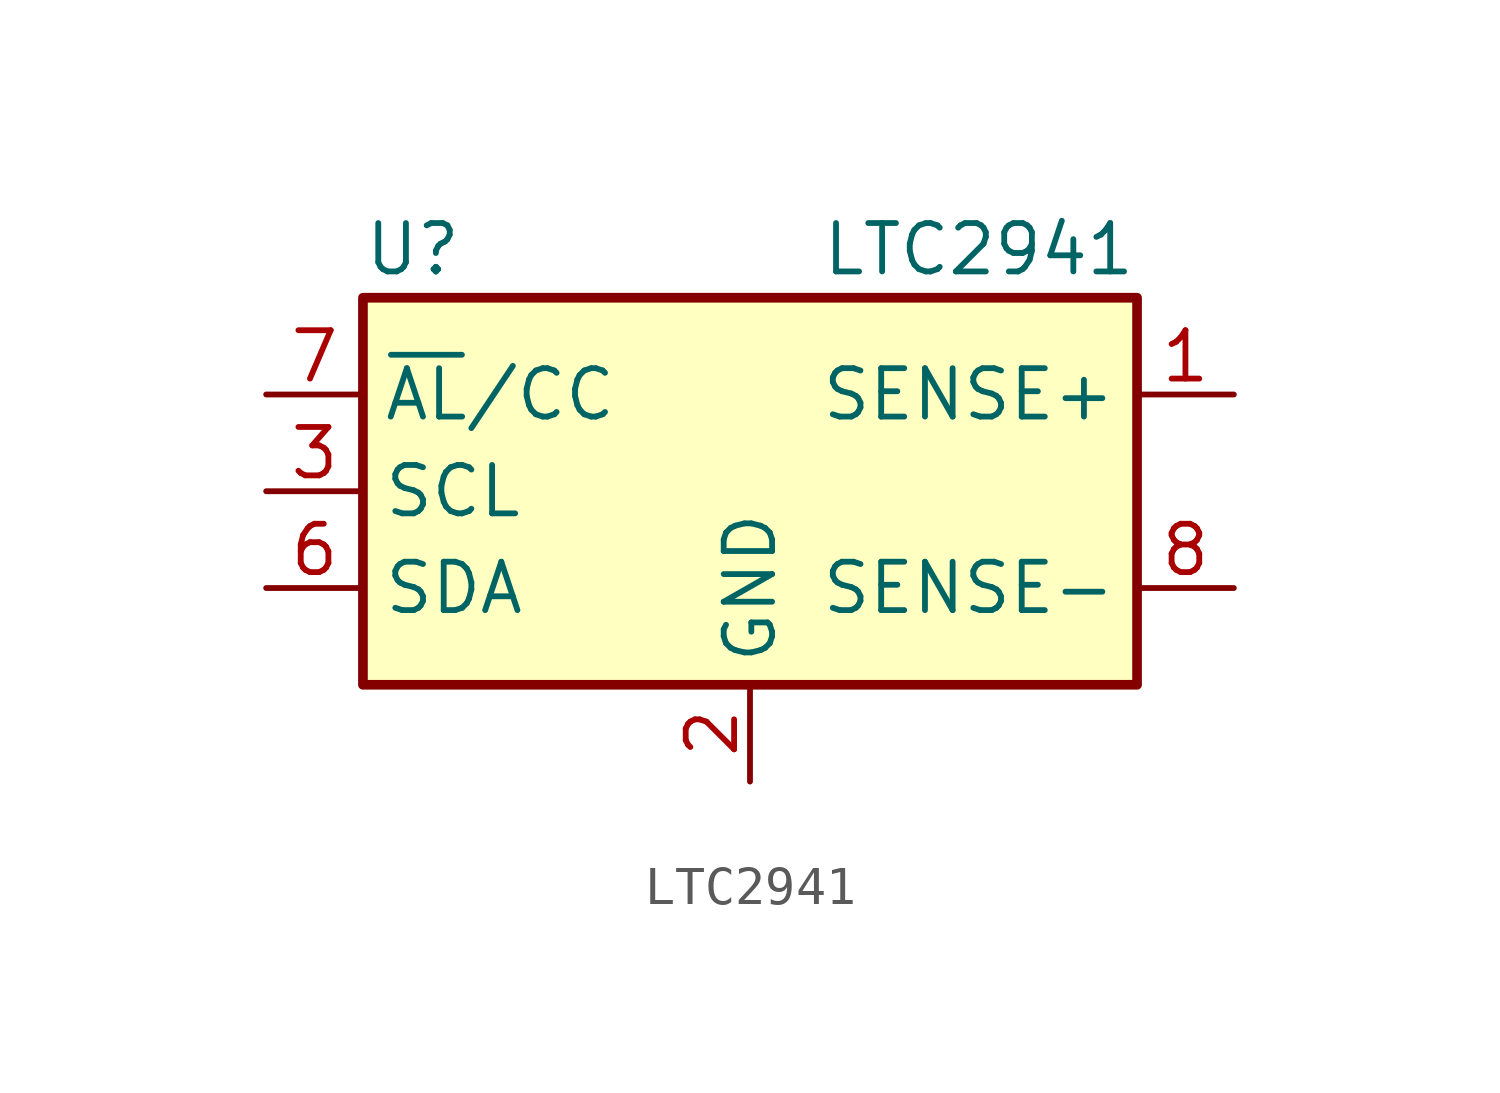
<source format=kicad_sym>
(kicad_symbol_lib
  (version 20211014)
  (generator kicad_symbol_editor)
  (symbol "LTC2941"
    (property "Reference" "U"
      (at -10.16 6.35 0)
      (effects (font (size 1.27 1.27)) (justify left)))
    (property "Value" "LTC2941"
      (at 10.16 6.35 0)
      (effects (font (size 1.27 1.27)) (justify right)))
    (symbol "LTC2941_0_1"
      (rectangle (start -10.16 5.08) (end 10.16 -5.08) (stroke (width 0.254) (type default) (color 0 0 0 0)) (fill (type background))))
    (symbol "LTC2941_1_1"
      (pin passive line (at 12.7 2.54 180) (length 2.54) (name "SENSE+" (effects (font (size 1.27 1.27)))) (number "1" (effects (font (size 1.27 1.27)))))
      (pin power_in line (at 0 -7.62 90) (length 2.54) (name "GND" (effects (font (size 1.27 1.27)))) (number "2" (effects (font (size 1.27 1.27)))))
      (pin input line (at -12.7 0 0) (length 2.54) (name "SCL" (effects (font (size 1.27 1.27)))) (number "3" (effects (font (size 1.27 1.27)))))
      (pin bidirectional line (at -12.7 -2.54 0) (length 2.54) (name "SDA" (effects (font (size 1.27 1.27)))) (number "6" (effects (font (size 1.27 1.27)))))
      (pin bidirectional line (at -12.7 2.54 0) (length 2.54) (name "~{AL}/CC" (effects (font (size 1.27 1.27)))) (number "7" (effects (font (size 1.27 1.27)))))
      (pin passive line (at 12.7 -2.54 180) (length 2.54) (name "SENSE-" (effects (font (size 1.27 1.27)))) (number "8" (effects (font (size 1.27 1.27))))))))
</source>
